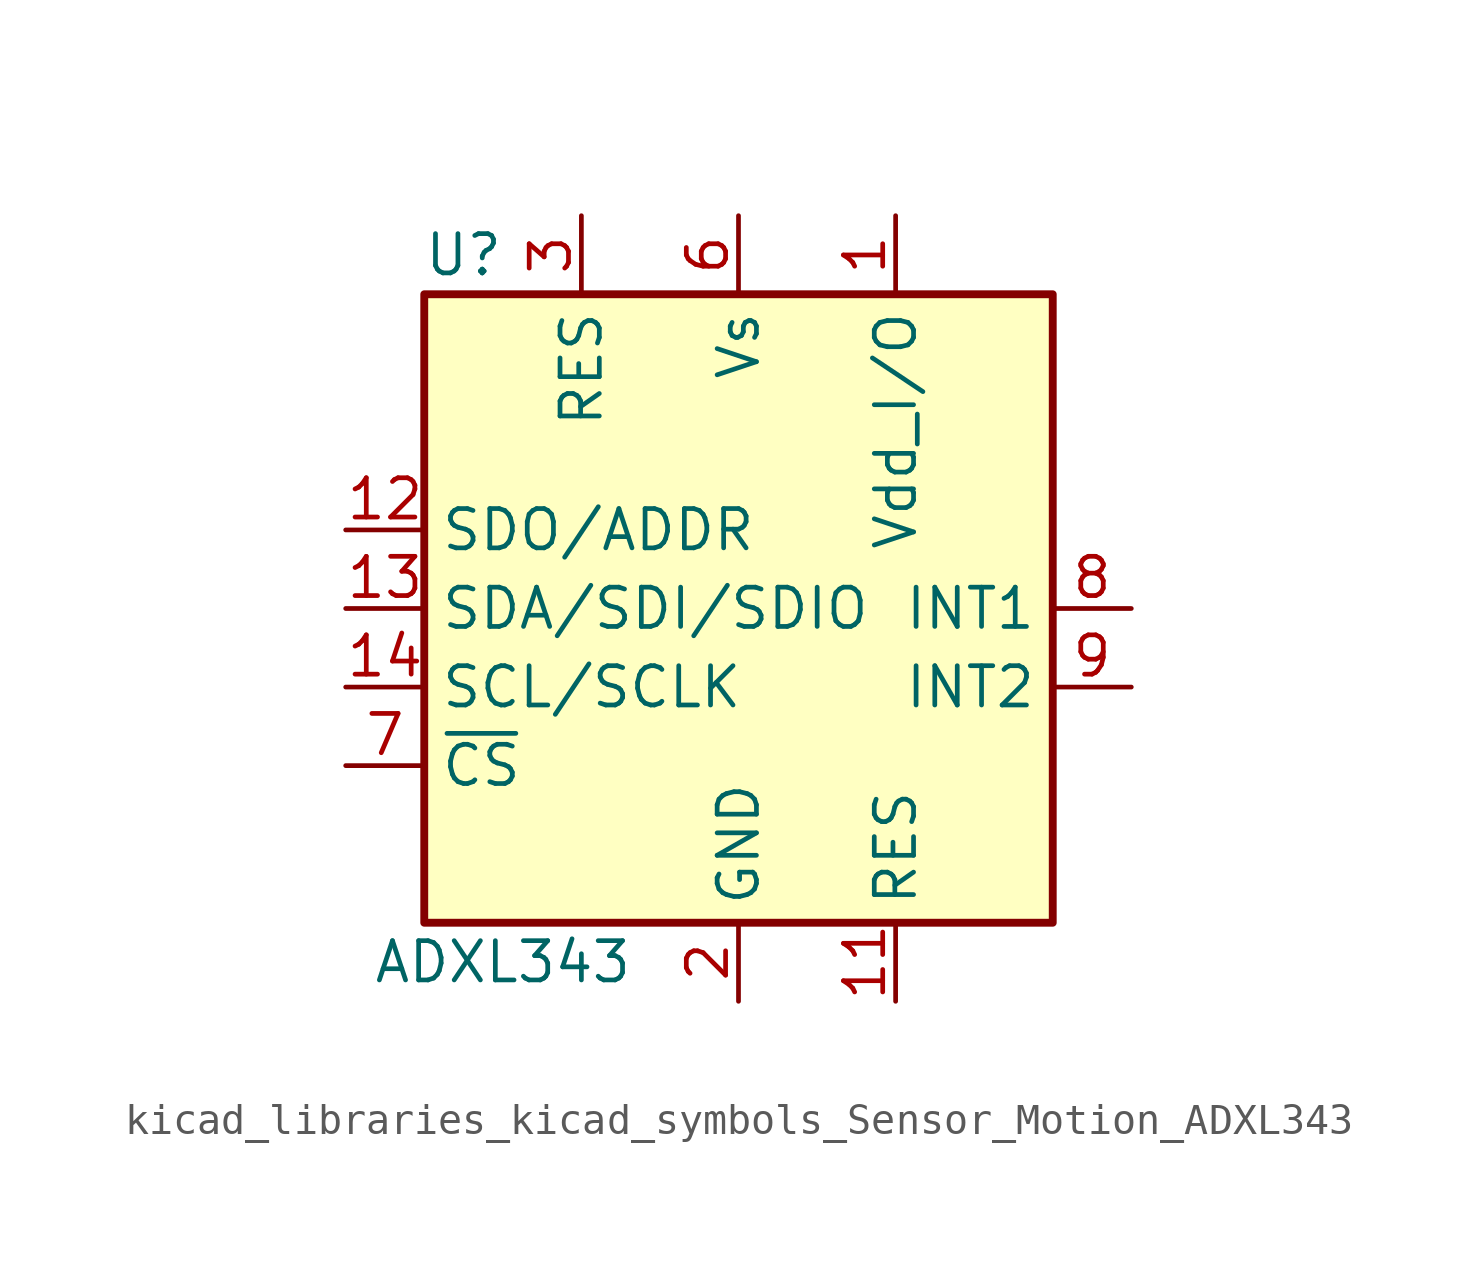
<source format=kicad_sym>
(kicad_symbol_lib
  (version 20220914)
  (generator kicad_symbol_editor)
  (symbol "kicad_libraries_kicad_symbols_Sensor_Motion_ADXL343"
    (property "Reference" "U"
      (at -8.89 11.43 0)
      (effects (font (size 1.27 1.27))))
    (property "Value" "ADXL343"
      (at -7.62 -11.43 0)
      (effects (font (size 1.27 1.27))))
    (symbol "kicad_libraries_kicad_symbols_Sensor_Motion_ADXL343_0_1"
      (rectangle (start -10.16 10.16) (end 10.16 -10.16) (stroke (width 0.254) (type default)) (fill (type background))))
    (symbol "kicad_libraries_kicad_symbols_Sensor_Motion_ADXL343_1_1"
      (pin power_in line (at 5.08 12.7 270) (length 2.54) (name "Vdd_I/O" (effects (font (size 1.27 1.27)))) (number "1" (effects (font (size 1.27 1.27)))))
      (pin no_connect line (at -5.08 -10.16 90) (length 2.54) hide (name "NC" (effects (font (size 1.27 1.27)))) (number "10" (effects (font (size 1.27 1.27)))))
      (pin passive line (at 5.08 -12.7 90) (length 2.54) (name "RES" (effects (font (size 1.27 1.27)))) (number "11" (effects (font (size 1.27 1.27)))))
      (pin bidirectional line (at -12.7 2.54 0) (length 2.54) (name "SDO/ADDR" (effects (font (size 1.27 1.27)))) (number "12" (effects (font (size 1.27 1.27)))))
      (pin bidirectional line (at -12.7 0 0) (length 2.54) (name "SDA/SDI/SDIO" (effects (font (size 1.27 1.27)))) (number "13" (effects (font (size 1.27 1.27)))))
      (pin input line (at -12.7 -2.54 0) (length 2.54) (name "SCL/SCLK" (effects (font (size 1.27 1.27)))) (number "14" (effects (font (size 1.27 1.27)))))
      (pin power_in line (at 0 -12.7 90) (length 2.54) (name "GND" (effects (font (size 1.27 1.27)))) (number "2" (effects (font (size 1.27 1.27)))))
      (pin passive line (at -5.08 12.7 270) (length 2.54) (name "RES" (effects (font (size 1.27 1.27)))) (number "3" (effects (font (size 1.27 1.27)))))
      (pin passive line (at 0 -12.7 90) (length 2.54) hide (name "GND" (effects (font (size 1.27 1.27)))) (number "4" (effects (font (size 1.27 1.27)))))
      (pin passive line (at 0 -12.7 90) (length 2.54) hide (name "GND" (effects (font (size 1.27 1.27)))) (number "5" (effects (font (size 1.27 1.27)))))
      (pin power_in line (at 0 12.7 270) (length 2.54) (name "Vs" (effects (font (size 1.27 1.27)))) (number "6" (effects (font (size 1.27 1.27)))))
      (pin input line (at -12.7 -5.08 0) (length 2.54) (name "~{CS}" (effects (font (size 1.27 1.27)))) (number "7" (effects (font (size 1.27 1.27)))))
      (pin output line (at 12.7 0 180) (length 2.54) (name "INT1" (effects (font (size 1.27 1.27)))) (number "8" (effects (font (size 1.27 1.27)))))
      (pin output line (at 12.7 -2.54 180) (length 2.54) (name "INT2" (effects (font (size 1.27 1.27)))) (number "9" (effects (font (size 1.27 1.27))))))))
</source>
